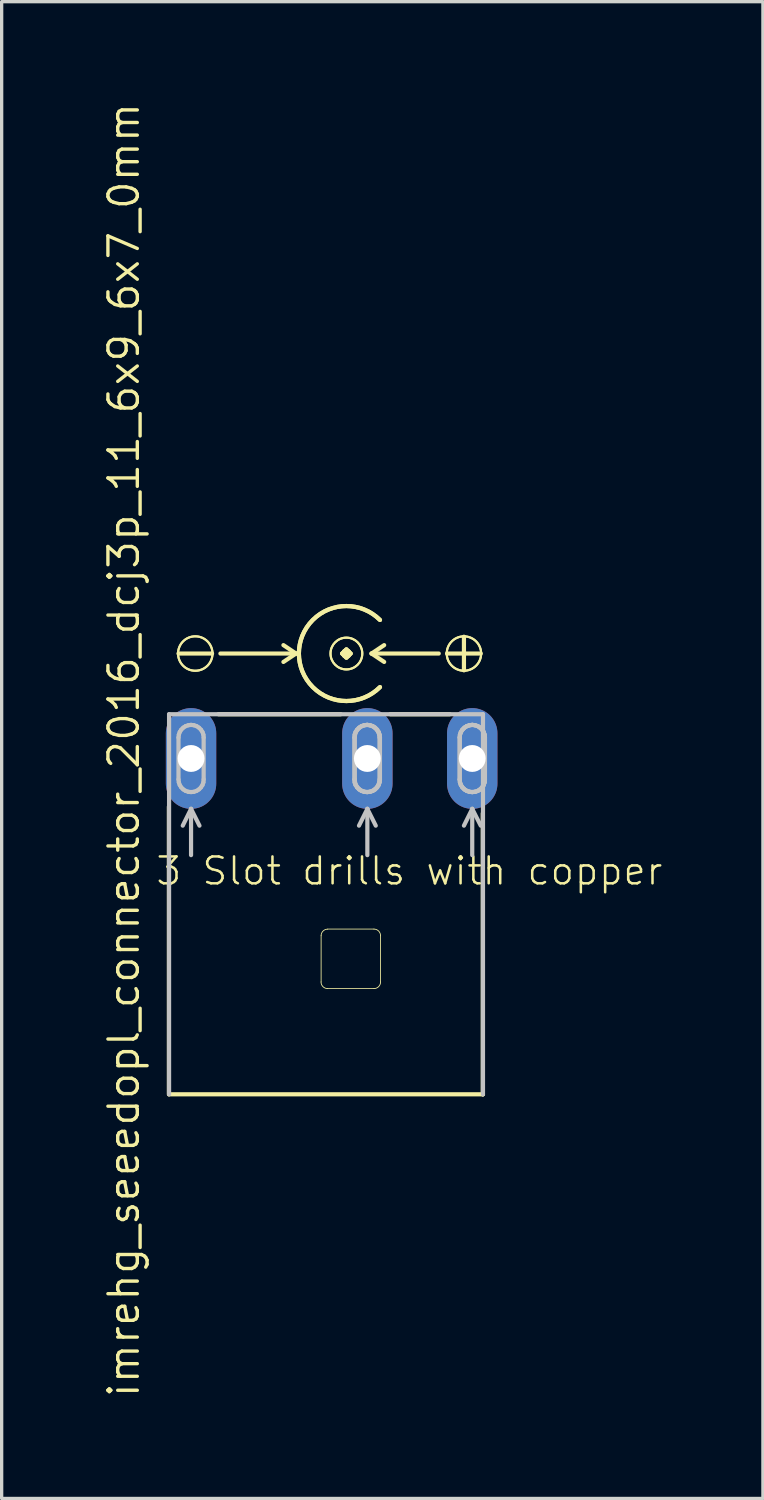
<source format=kicad_pcb>
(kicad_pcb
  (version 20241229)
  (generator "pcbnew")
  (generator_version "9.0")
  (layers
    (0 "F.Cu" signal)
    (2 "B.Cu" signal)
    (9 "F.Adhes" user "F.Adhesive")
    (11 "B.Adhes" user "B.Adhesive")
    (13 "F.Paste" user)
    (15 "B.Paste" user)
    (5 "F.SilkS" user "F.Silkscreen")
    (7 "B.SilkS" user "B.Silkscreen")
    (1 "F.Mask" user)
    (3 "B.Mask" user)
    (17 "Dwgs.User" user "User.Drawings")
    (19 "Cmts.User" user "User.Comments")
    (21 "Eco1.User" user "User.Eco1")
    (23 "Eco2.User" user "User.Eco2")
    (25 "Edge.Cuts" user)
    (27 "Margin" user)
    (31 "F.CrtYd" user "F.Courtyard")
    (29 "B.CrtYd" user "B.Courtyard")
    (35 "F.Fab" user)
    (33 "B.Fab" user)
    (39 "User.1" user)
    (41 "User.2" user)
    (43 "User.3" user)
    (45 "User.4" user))
  (footprint "imrehg_seeedopl_connector_2016_dcj3p_11_6x9_6x7_0mm"
    (layer "F.Cu")
    (at 6.858 30.057)
    (property "Reference" "imrehg_seeedopl_connector_2016_dcj3p_11_6x9_6x7_0mm" (at -6.16 -10.414 90) (layer "F.SilkS") (effects (font (size 0.889 0.889) (thickness 0.102))))
    (attr exclude_from_pos_files exclude_from_bom)
    (fp_line (start -4.798 0) (end -4.798 -8.7) (stroke (width 0.127) (type solid)) (layer "F.SilkS"))
    (fp_line (start -4.793 -11.499) (end 4.704 -11.499) (stroke (width 0.066) (type solid)) (layer "F.SilkS"))
    (fp_line (start -4.793 0) (end -4.793 -11.499) (stroke (width 0.066) (type solid)) (layer "F.SilkS"))
    (fp_line (start -4.793 0) (end 4.704 0) (stroke (width 0.066) (type solid)) (layer "F.SilkS"))
    (fp_line (start -3.493 -13.335) (end -4.508 -13.335) (stroke (width 0.127) (type solid)) (layer "F.SilkS"))
    (fp_line (start -3.299 -11.499) (end 0.399 -11.499) (stroke (width 0.127) (type solid)) (layer "F.SilkS"))
    (fp_line (start -0.953 -13.335) (end -3.239 -13.335) (stroke (width 0.127) (type solid)) (layer "F.SilkS"))
    (fp_line (start -0.953 -13.335) (end -1.333 -13.589) (stroke (width 0.127) (type solid)) (layer "F.SilkS"))
    (fp_line (start -0.953 -13.335) (end -1.333 -13.081) (stroke (width 0.127) (type solid)) (layer "F.SilkS"))
    (fp_line (start -0.193 -3.399) (end -0.193 -4.798) (stroke (width 0.025) (type solid)) (layer "F.SilkS"))
    (fp_line (start 0.005 -4.999) (end 1.405 -4.999) (stroke (width 0.025) (type solid)) (layer "F.SilkS"))
    (fp_line (start 0.445 -13.335) (end 0.572 -13.208) (stroke (width 0.127) (type solid)) (layer "F.SilkS"))
    (fp_line (start 0.572 -13.462) (end 0.445 -13.335) (stroke (width 0.127) (type solid)) (layer "F.SilkS"))
    (fp_line (start 0.572 -13.208) (end 0.699 -13.335) (stroke (width 0.127) (type solid)) (layer "F.SilkS"))
    (fp_line (start 0.699 -13.335) (end 0.445 -13.335) (stroke (width 0.127) (type solid)) (layer "F.SilkS"))
    (fp_line (start 0.699 -13.335) (end 0.572 -13.462) (stroke (width 0.127) (type solid)) (layer "F.SilkS"))
    (fp_line (start 1.333 -13.335) (end 1.714 -13.589) (stroke (width 0.127) (type solid)) (layer "F.SilkS"))
    (fp_line (start 1.333 -13.335) (end 1.714 -13.081) (stroke (width 0.127) (type solid)) (layer "F.SilkS"))
    (fp_line (start 1.333 -13.335) (end 3.365 -13.335) (stroke (width 0.127) (type solid)) (layer "F.SilkS"))
    (fp_line (start 1.405 -3.198) (end 0.005 -3.198) (stroke (width 0.025) (type solid)) (layer "F.SilkS"))
    (fp_line (start 1.605 -4.798) (end 1.605 -3.399) (stroke (width 0.025) (type solid)) (layer "F.SilkS"))
    (fp_line (start 1.9 -11.499) (end 3.698 -11.499) (stroke (width 0.127) (type solid)) (layer "F.SilkS"))
    (fp_line (start 4.128 -12.827) (end 4.128 -13.843) (stroke (width 0.127) (type solid)) (layer "F.SilkS"))
    (fp_line (start 4.636 -13.335) (end 3.617 -13.335) (stroke (width 0.127) (type solid)) (layer "F.SilkS"))
    (fp_line (start 4.699 -8.499) (end 4.699 0) (stroke (width 0.127) (type solid)) (layer "F.SilkS"))
    (fp_line (start 4.699 0) (end -4.793 0) (stroke (width 0.127) (type solid)) (layer "F.SilkS"))
    (fp_line (start 4.704 0) (end 4.699 0) (stroke (width 0.127) (type solid)) (layer "F.SilkS"))
    (fp_line (start 4.704 0) (end 4.704 -11.499) (stroke (width 0.066) (type solid)) (layer "F.SilkS"))
    (fp_arc (start -0.19304 -4.79806) (mid -0.135012 -4.938152) (end 0.00508 -4.99618) (stroke (width 0.0254) (type solid)) (layer "F.SilkS"))
    (fp_arc (start 0.00508 -3.19786) (mid -0.136808 -3.256632) (end -0.19558 -3.39852) (stroke (width 0.0254) (type solid)) (layer "F.SilkS"))
    (fp_arc (start 1.40462 -4.99872) (mid 1.546508 -4.939948) (end 1.60528 -4.79806) (stroke (width 0.0254) (type solid)) (layer "F.SilkS"))
    (fp_arc (start 1.5875 -12.319) (mid -0.865341 -13.335) (end 1.5875 -14.351) (stroke (width 0.127) (type solid)) (layer "F.SilkS"))
    (fp_arc (start 1.5875 -12.319) (mid -0.865341 -13.335) (end 1.5875 -14.351) (stroke (width 0.127) (type solid)) (layer "F.SilkS"))
    (fp_arc (start 1.60528 -3.39852) (mid 1.546508 -3.256632) (end 1.40462 -3.19786) (stroke (width 0.0254) (type solid)) (layer "F.SilkS"))
    (fp_circle (center -4 -13.335) (end -4.369 -13.703) (stroke (width 0.064) (type solid)) (fill no) (layer "F.SilkS"))
    (fp_circle (center -4 -13.335) (end -4.369 -13.703) (stroke (width 0.064) (type solid)) (fill no) (layer "F.SilkS"))
    (fp_circle (center 0.572 -13.335) (end 0.66 -13.424) (stroke (width 0.064) (type solid)) (fill no) (layer "F.SilkS"))
    (fp_circle (center 0.572 -13.335) (end 0.66 -13.424) (stroke (width 0.064) (type solid)) (fill no) (layer "F.SilkS"))
    (fp_circle (center 0.572 -13.335) (end 0.912 -13.675) (stroke (width 0.064) (type solid)) (fill no) (layer "F.SilkS"))
    (fp_circle (center 0.572 -13.335) (end 0.912 -13.675) (stroke (width 0.064) (type solid)) (fill no) (layer "F.SilkS"))
    (fp_circle (center 4.128 -13.335) (end 4.496 -13.703) (stroke (width 0.064) (type solid)) (fill no) (layer "F.SilkS"))
    (fp_circle (center 4.128 -13.335) (end 4.496 -13.703) (stroke (width 0.064) (type solid)) (fill no) (layer "F.SilkS"))
    (fp_line (start -4.793 -11.499) (end 4.704 -11.499) (stroke (width 0.127) (type solid)) (layer "Dwgs.User"))
    (fp_line (start -4.793 0) (end -4.793 -11.499) (stroke (width 0.127) (type solid)) (layer "Dwgs.User"))
    (fp_line (start -4.508 -10.795) (end -4.498 -10.879) (stroke (width 0.127) (type solid)) (layer "Dwgs.User"))
    (fp_line (start -4.508 -9.525) (end -4.508 -10.795) (stroke (width 0.127) (type solid)) (layer "Dwgs.User"))
    (fp_line (start -4.498 -10.879) (end -4.47 -10.96) (stroke (width 0.127) (type solid)) (layer "Dwgs.User"))
    (fp_line (start -4.498 -9.439) (end -4.508 -9.525) (stroke (width 0.127) (type solid)) (layer "Dwgs.User"))
    (fp_line (start -4.47 -10.96) (end -4.425 -11.031) (stroke (width 0.127) (type solid)) (layer "Dwgs.User"))
    (fp_line (start -4.47 -9.357) (end -4.498 -9.439) (stroke (width 0.127) (type solid)) (layer "Dwgs.User"))
    (fp_line (start -4.425 -11.031) (end -4.364 -11.092) (stroke (width 0.127) (type solid)) (layer "Dwgs.User"))
    (fp_line (start -4.425 -9.286) (end -4.47 -9.357) (stroke (width 0.127) (type solid)) (layer "Dwgs.User"))
    (fp_line (start -4.379 -8.128) (end -4.128 -8.636) (stroke (width 0.127) (type solid)) (layer "Dwgs.User"))
    (fp_line (start -4.364 -11.092) (end -4.293 -11.138) (stroke (width 0.127) (type solid)) (layer "Dwgs.User"))
    (fp_line (start -4.364 -9.225) (end -4.425 -9.286) (stroke (width 0.127) (type solid)) (layer "Dwgs.User"))
    (fp_line (start -4.293 -11.138) (end -4.211 -11.166) (stroke (width 0.127) (type solid)) (layer "Dwgs.User"))
    (fp_line (start -4.293 -9.18) (end -4.364 -9.225) (stroke (width 0.127) (type solid)) (layer "Dwgs.User"))
    (fp_line (start -4.211 -11.166) (end -4.128 -11.176) (stroke (width 0.127) (type solid)) (layer "Dwgs.User"))
    (fp_line (start -4.211 -9.152) (end -4.293 -9.18) (stroke (width 0.127) (type solid)) (layer "Dwgs.User"))
    (fp_line (start -4.128 -11.176) (end -4.041 -11.166) (stroke (width 0.127) (type solid)) (layer "Dwgs.User"))
    (fp_line (start -4.128 -9.144) (end -4.211 -9.152) (stroke (width 0.127) (type solid)) (layer "Dwgs.User"))
    (fp_line (start -4.128 -8.636) (end -3.873 -8.128) (stroke (width 0.127) (type solid)) (layer "Dwgs.User"))
    (fp_line (start -4.128 -7.236) (end -4.128 -8.636) (stroke (width 0.127) (type solid)) (layer "Dwgs.User"))
    (fp_line (start -4.041 -11.166) (end -3.96 -11.138) (stroke (width 0.127) (type solid)) (layer "Dwgs.User"))
    (fp_line (start -4.041 -9.152) (end -4.128 -9.144) (stroke (width 0.127) (type solid)) (layer "Dwgs.User"))
    (fp_line (start -3.96 -11.138) (end -3.889 -11.092) (stroke (width 0.127) (type solid)) (layer "Dwgs.User"))
    (fp_line (start -3.96 -9.18) (end -4.041 -9.152) (stroke (width 0.127) (type solid)) (layer "Dwgs.User"))
    (fp_line (start -3.889 -11.092) (end -3.828 -11.031) (stroke (width 0.127) (type solid)) (layer "Dwgs.User"))
    (fp_line (start -3.889 -9.225) (end -3.96 -9.18) (stroke (width 0.127) (type solid)) (layer "Dwgs.User"))
    (fp_line (start -3.828 -11.031) (end -3.782 -10.96) (stroke (width 0.127) (type solid)) (layer "Dwgs.User"))
    (fp_line (start -3.828 -9.286) (end -3.889 -9.225) (stroke (width 0.127) (type solid)) (layer "Dwgs.User"))
    (fp_line (start -3.782 -10.96) (end -3.754 -10.879) (stroke (width 0.127) (type solid)) (layer "Dwgs.User"))
    (fp_line (start -3.782 -9.357) (end -3.828 -9.286) (stroke (width 0.127) (type solid)) (layer "Dwgs.User"))
    (fp_line (start -3.754 -10.879) (end -3.747 -10.795) (stroke (width 0.127) (type solid)) (layer "Dwgs.User"))
    (fp_line (start -3.754 -9.439) (end -3.782 -9.357) (stroke (width 0.127) (type solid)) (layer "Dwgs.User"))
    (fp_line (start -3.747 -10.795) (end -3.747 -9.525) (stroke (width 0.127) (type solid)) (layer "Dwgs.User"))
    (fp_line (start -3.747 -9.525) (end -3.754 -9.439) (stroke (width 0.127) (type solid)) (layer "Dwgs.User"))
    (fp_line (start 0.813 -10.795) (end 0.82 -10.879) (stroke (width 0.127) (type solid)) (layer "Dwgs.User"))
    (fp_line (start 0.813 -9.525) (end 0.813 -10.795) (stroke (width 0.127) (type solid)) (layer "Dwgs.User"))
    (fp_line (start 0.82 -10.879) (end 0.848 -10.96) (stroke (width 0.127) (type solid)) (layer "Dwgs.User"))
    (fp_line (start 0.82 -9.439) (end 0.813 -9.525) (stroke (width 0.127) (type solid)) (layer "Dwgs.User"))
    (fp_line (start 0.826 -10.795) (end 0.833 -10.879) (stroke (width 0.127) (type solid)) (layer "Dwgs.User"))
    (fp_line (start 0.826 -9.525) (end 0.826 -10.795) (stroke (width 0.127) (type solid)) (layer "Dwgs.User"))
    (fp_line (start 0.833 -10.879) (end 0.861 -10.96) (stroke (width 0.127) (type solid)) (layer "Dwgs.User"))
    (fp_line (start 0.833 -9.439) (end 0.826 -9.525) (stroke (width 0.127) (type solid)) (layer "Dwgs.User"))
    (fp_line (start 0.848 -10.96) (end 0.894 -11.031) (stroke (width 0.127) (type solid)) (layer "Dwgs.User"))
    (fp_line (start 0.848 -9.357) (end 0.82 -9.439) (stroke (width 0.127) (type solid)) (layer "Dwgs.User"))
    (fp_line (start 0.861 -10.96) (end 0.907 -11.031) (stroke (width 0.127) (type solid)) (layer "Dwgs.User"))
    (fp_line (start 0.861 -9.357) (end 0.833 -9.439) (stroke (width 0.127) (type solid)) (layer "Dwgs.User"))
    (fp_line (start 0.894 -11.031) (end 0.955 -11.092) (stroke (width 0.127) (type solid)) (layer "Dwgs.User"))
    (fp_line (start 0.894 -9.286) (end 0.848 -9.357) (stroke (width 0.127) (type solid)) (layer "Dwgs.User"))
    (fp_line (start 0.907 -11.031) (end 0.968 -11.092) (stroke (width 0.127) (type solid)) (layer "Dwgs.User"))
    (fp_line (start 0.907 -9.286) (end 0.861 -9.357) (stroke (width 0.127) (type solid)) (layer "Dwgs.User"))
    (fp_line (start 0.953 -8.128) (end 1.206 -8.636) (stroke (width 0.127) (type solid)) (layer "Dwgs.User"))
    (fp_line (start 0.955 -11.092) (end 1.026 -11.138) (stroke (width 0.127) (type solid)) (layer "Dwgs.User"))
    (fp_line (start 0.955 -9.225) (end 0.894 -9.286) (stroke (width 0.127) (type solid)) (layer "Dwgs.User"))
    (fp_line (start 0.968 -11.092) (end 1.039 -11.138) (stroke (width 0.127) (type solid)) (layer "Dwgs.User"))
    (fp_line (start 0.968 -9.225) (end 0.907 -9.286) (stroke (width 0.127) (type solid)) (layer "Dwgs.User"))
    (fp_line (start 1.026 -11.138) (end 1.107 -11.166) (stroke (width 0.127) (type solid)) (layer "Dwgs.User"))
    (fp_line (start 1.026 -9.18) (end 0.955 -9.225) (stroke (width 0.127) (type solid)) (layer "Dwgs.User"))
    (fp_line (start 1.039 -11.138) (end 1.12 -11.166) (stroke (width 0.127) (type solid)) (layer "Dwgs.User"))
    (fp_line (start 1.039 -9.18) (end 0.968 -9.225) (stroke (width 0.127) (type solid)) (layer "Dwgs.User"))
    (fp_line (start 1.107 -11.166) (end 1.194 -11.176) (stroke (width 0.127) (type solid)) (layer "Dwgs.User"))
    (fp_line (start 1.107 -9.152) (end 1.026 -9.18) (stroke (width 0.127) (type solid)) (layer "Dwgs.User"))
    (fp_line (start 1.12 -11.166) (end 1.206 -11.176) (stroke (width 0.127) (type solid)) (layer "Dwgs.User"))
    (fp_line (start 1.12 -9.152) (end 1.039 -9.18) (stroke (width 0.127) (type solid)) (layer "Dwgs.User"))
    (fp_line (start 1.194 -11.176) (end 1.278 -11.166) (stroke (width 0.127) (type solid)) (layer "Dwgs.User"))
    (fp_line (start 1.194 -9.144) (end 1.107 -9.152) (stroke (width 0.127) (type solid)) (layer "Dwgs.User"))
    (fp_line (start 1.206 -11.176) (end 1.29 -11.166) (stroke (width 0.127) (type solid)) (layer "Dwgs.User"))
    (fp_line (start 1.206 -9.144) (end 1.12 -9.152) (stroke (width 0.127) (type solid)) (layer "Dwgs.User"))
    (fp_line (start 1.206 -8.636) (end 1.46 -8.128) (stroke (width 0.127) (type solid)) (layer "Dwgs.User"))
    (fp_line (start 1.206 -7.236) (end 1.206 -8.636) (stroke (width 0.127) (type solid)) (layer "Dwgs.User"))
    (fp_line (start 1.278 -11.166) (end 1.359 -11.138) (stroke (width 0.127) (type solid)) (layer "Dwgs.User"))
    (fp_line (start 1.278 -9.152) (end 1.194 -9.144) (stroke (width 0.127) (type solid)) (layer "Dwgs.User"))
    (fp_line (start 1.29 -11.166) (end 1.372 -11.138) (stroke (width 0.127) (type solid)) (layer "Dwgs.User"))
    (fp_line (start 1.29 -9.152) (end 1.206 -9.144) (stroke (width 0.127) (type solid)) (layer "Dwgs.User"))
    (fp_line (start 1.359 -11.138) (end 1.43 -11.092) (stroke (width 0.127) (type solid)) (layer "Dwgs.User"))
    (fp_line (start 1.359 -9.18) (end 1.278 -9.152) (stroke (width 0.127) (type solid)) (layer "Dwgs.User"))
    (fp_line (start 1.372 -11.138) (end 1.443 -11.092) (stroke (width 0.127) (type solid)) (layer "Dwgs.User"))
    (fp_line (start 1.372 -9.18) (end 1.29 -9.152) (stroke (width 0.127) (type solid)) (layer "Dwgs.User"))
    (fp_line (start 1.43 -11.092) (end 1.491 -11.031) (stroke (width 0.127) (type solid)) (layer "Dwgs.User"))
    (fp_line (start 1.43 -9.225) (end 1.359 -9.18) (stroke (width 0.127) (type solid)) (layer "Dwgs.User"))
    (fp_line (start 1.443 -11.092) (end 1.504 -11.031) (stroke (width 0.127) (type solid)) (layer "Dwgs.User"))
    (fp_line (start 1.443 -9.225) (end 1.372 -9.18) (stroke (width 0.127) (type solid)) (layer "Dwgs.User"))
    (fp_line (start 1.491 -11.031) (end 1.537 -10.96) (stroke (width 0.127) (type solid)) (layer "Dwgs.User"))
    (fp_line (start 1.491 -9.286) (end 1.43 -9.225) (stroke (width 0.127) (type solid)) (layer "Dwgs.User"))
    (fp_line (start 1.504 -11.031) (end 1.549 -10.96) (stroke (width 0.127) (type solid)) (layer "Dwgs.User"))
    (fp_line (start 1.504 -9.286) (end 1.443 -9.225) (stroke (width 0.127) (type solid)) (layer "Dwgs.User"))
    (fp_line (start 1.537 -10.96) (end 1.565 -10.879) (stroke (width 0.127) (type solid)) (layer "Dwgs.User"))
    (fp_line (start 1.537 -9.357) (end 1.491 -9.286) (stroke (width 0.127) (type solid)) (layer "Dwgs.User"))
    (fp_line (start 1.549 -10.96) (end 1.577 -10.879) (stroke (width 0.127) (type solid)) (layer "Dwgs.User"))
    (fp_line (start 1.549 -9.357) (end 1.504 -9.286) (stroke (width 0.127) (type solid)) (layer "Dwgs.User"))
    (fp_line (start 1.565 -10.879) (end 1.575 -10.795) (stroke (width 0.127) (type solid)) (layer "Dwgs.User"))
    (fp_line (start 1.565 -9.439) (end 1.537 -9.357) (stroke (width 0.127) (type solid)) (layer "Dwgs.User"))
    (fp_line (start 1.575 -10.795) (end 1.575 -9.525) (stroke (width 0.127) (type solid)) (layer "Dwgs.User"))
    (fp_line (start 1.575 -9.525) (end 1.565 -9.439) (stroke (width 0.127) (type solid)) (layer "Dwgs.User"))
    (fp_line (start 1.577 -10.879) (end 1.587 -10.795) (stroke (width 0.127) (type solid)) (layer "Dwgs.User"))
    (fp_line (start 1.577 -9.439) (end 1.549 -9.357) (stroke (width 0.127) (type solid)) (layer "Dwgs.User"))
    (fp_line (start 1.587 -10.795) (end 1.587 -9.525) (stroke (width 0.127) (type solid)) (layer "Dwgs.User"))
    (fp_line (start 1.587 -9.525) (end 1.577 -9.439) (stroke (width 0.127) (type solid)) (layer "Dwgs.User"))
    (fp_line (start 4 -10.795) (end 4.008 -10.879) (stroke (width 0.127) (type solid)) (layer "Dwgs.User"))
    (fp_line (start 4 -10.795) (end 4.008 -10.879) (stroke (width 0.127) (type solid)) (layer "Dwgs.User"))
    (fp_line (start 4 -9.525) (end 4 -10.795) (stroke (width 0.127) (type solid)) (layer "Dwgs.User"))
    (fp_line (start 4 -9.525) (end 4 -10.795) (stroke (width 0.127) (type solid)) (layer "Dwgs.User"))
    (fp_line (start 4.008 -10.879) (end 4.036 -10.96) (stroke (width 0.127) (type solid)) (layer "Dwgs.User"))
    (fp_line (start 4.008 -10.879) (end 4.036 -10.96) (stroke (width 0.127) (type solid)) (layer "Dwgs.User"))
    (fp_line (start 4.008 -9.439) (end 4 -9.525) (stroke (width 0.127) (type solid)) (layer "Dwgs.User"))
    (fp_line (start 4.008 -9.439) (end 4 -9.525) (stroke (width 0.127) (type solid)) (layer "Dwgs.User"))
    (fp_line (start 4.036 -10.96) (end 4.082 -11.031) (stroke (width 0.127) (type solid)) (layer "Dwgs.User"))
    (fp_line (start 4.036 -10.96) (end 4.082 -11.031) (stroke (width 0.127) (type solid)) (layer "Dwgs.User"))
    (fp_line (start 4.036 -9.357) (end 4.008 -9.439) (stroke (width 0.127) (type solid)) (layer "Dwgs.User"))
    (fp_line (start 4.036 -9.357) (end 4.008 -9.439) (stroke (width 0.127) (type solid)) (layer "Dwgs.User"))
    (fp_line (start 4.082 -11.031) (end 4.143 -11.092) (stroke (width 0.127) (type solid)) (layer "Dwgs.User"))
    (fp_line (start 4.082 -11.031) (end 4.143 -11.092) (stroke (width 0.127) (type solid)) (layer "Dwgs.User"))
    (fp_line (start 4.082 -9.286) (end 4.036 -9.357) (stroke (width 0.127) (type solid)) (layer "Dwgs.User"))
    (fp_line (start 4.082 -9.286) (end 4.036 -9.357) (stroke (width 0.127) (type solid)) (layer "Dwgs.User"))
    (fp_line (start 4.128 -8.128) (end 4.379 -8.636) (stroke (width 0.127) (type solid)) (layer "Dwgs.User"))
    (fp_line (start 4.143 -11.092) (end 4.214 -11.138) (stroke (width 0.127) (type solid)) (layer "Dwgs.User"))
    (fp_line (start 4.143 -11.092) (end 4.214 -11.138) (stroke (width 0.127) (type solid)) (layer "Dwgs.User"))
    (fp_line (start 4.143 -9.225) (end 4.082 -9.286) (stroke (width 0.127) (type solid)) (layer "Dwgs.User"))
    (fp_line (start 4.143 -9.225) (end 4.082 -9.286) (stroke (width 0.127) (type solid)) (layer "Dwgs.User"))
    (fp_line (start 4.214 -11.138) (end 4.295 -11.166) (stroke (width 0.127) (type solid)) (layer "Dwgs.User"))
    (fp_line (start 4.214 -11.138) (end 4.295 -11.166) (stroke (width 0.127) (type solid)) (layer "Dwgs.User"))
    (fp_line (start 4.214 -9.18) (end 4.143 -9.225) (stroke (width 0.127) (type solid)) (layer "Dwgs.User"))
    (fp_line (start 4.214 -9.18) (end 4.143 -9.225) (stroke (width 0.127) (type solid)) (layer "Dwgs.User"))
    (fp_line (start 4.295 -11.166) (end 4.379 -11.176) (stroke (width 0.127) (type solid)) (layer "Dwgs.User"))
    (fp_line (start 4.295 -11.166) (end 4.379 -11.176) (stroke (width 0.127) (type solid)) (layer "Dwgs.User"))
    (fp_line (start 4.295 -9.152) (end 4.214 -9.18) (stroke (width 0.127) (type solid)) (layer "Dwgs.User"))
    (fp_line (start 4.295 -9.152) (end 4.214 -9.18) (stroke (width 0.127) (type solid)) (layer "Dwgs.User"))
    (fp_line (start 4.379 -11.176) (end 4.465 -11.166) (stroke (width 0.127) (type solid)) (layer "Dwgs.User"))
    (fp_line (start 4.379 -11.176) (end 4.465 -11.166) (stroke (width 0.127) (type solid)) (layer "Dwgs.User"))
    (fp_line (start 4.379 -9.144) (end 4.295 -9.152) (stroke (width 0.127) (type solid)) (layer "Dwgs.User"))
    (fp_line (start 4.379 -9.144) (end 4.295 -9.152) (stroke (width 0.127) (type solid)) (layer "Dwgs.User"))
    (fp_line (start 4.379 -8.636) (end 4.636 -8.128) (stroke (width 0.127) (type solid)) (layer "Dwgs.User"))
    (fp_line (start 4.379 -7.236) (end 4.379 -8.636) (stroke (width 0.127) (type solid)) (layer "Dwgs.User"))
    (fp_line (start 4.465 -11.166) (end 4.547 -11.138) (stroke (width 0.127) (type solid)) (layer "Dwgs.User"))
    (fp_line (start 4.465 -11.166) (end 4.547 -11.138) (stroke (width 0.127) (type solid)) (layer "Dwgs.User"))
    (fp_line (start 4.465 -9.152) (end 4.379 -9.144) (stroke (width 0.127) (type solid)) (layer "Dwgs.User"))
    (fp_line (start 4.465 -9.152) (end 4.379 -9.144) (stroke (width 0.127) (type solid)) (layer "Dwgs.User"))
    (fp_line (start 4.547 -11.138) (end 4.618 -11.092) (stroke (width 0.127) (type solid)) (layer "Dwgs.User"))
    (fp_line (start 4.547 -11.138) (end 4.618 -11.092) (stroke (width 0.127) (type solid)) (layer "Dwgs.User"))
    (fp_line (start 4.547 -9.18) (end 4.465 -9.152) (stroke (width 0.127) (type solid)) (layer "Dwgs.User"))
    (fp_line (start 4.547 -9.18) (end 4.465 -9.152) (stroke (width 0.127) (type solid)) (layer "Dwgs.User"))
    (fp_line (start 4.618 -11.092) (end 4.679 -11.031) (stroke (width 0.127) (type solid)) (layer "Dwgs.User"))
    (fp_line (start 4.618 -11.092) (end 4.679 -11.031) (stroke (width 0.127) (type solid)) (layer "Dwgs.User"))
    (fp_line (start 4.618 -9.225) (end 4.547 -9.18) (stroke (width 0.127) (type solid)) (layer "Dwgs.User"))
    (fp_line (start 4.618 -9.225) (end 4.547 -9.18) (stroke (width 0.127) (type solid)) (layer "Dwgs.User"))
    (fp_line (start 4.679 -11.031) (end 4.724 -10.96) (stroke (width 0.127) (type solid)) (layer "Dwgs.User"))
    (fp_line (start 4.679 -11.031) (end 4.724 -10.96) (stroke (width 0.127) (type solid)) (layer "Dwgs.User"))
    (fp_line (start 4.679 -9.286) (end 4.618 -9.225) (stroke (width 0.127) (type solid)) (layer "Dwgs.User"))
    (fp_line (start 4.679 -9.286) (end 4.618 -9.225) (stroke (width 0.127) (type solid)) (layer "Dwgs.User"))
    (fp_line (start 4.704 -11.499) (end 4.704 0) (stroke (width 0.127) (type solid)) (layer "Dwgs.User"))
    (fp_line (start 4.724 -10.96) (end 4.752 -10.879) (stroke (width 0.127) (type solid)) (layer "Dwgs.User"))
    (fp_line (start 4.724 -10.96) (end 4.752 -10.879) (stroke (width 0.127) (type solid)) (layer "Dwgs.User"))
    (fp_line (start 4.724 -9.357) (end 4.679 -9.286) (stroke (width 0.127) (type solid)) (layer "Dwgs.User"))
    (fp_line (start 4.724 -9.357) (end 4.679 -9.286) (stroke (width 0.127) (type solid)) (layer "Dwgs.User"))
    (fp_line (start 4.752 -10.879) (end 4.763 -10.795) (stroke (width 0.127) (type solid)) (layer "Dwgs.User"))
    (fp_line (start 4.752 -10.879) (end 4.763 -10.795) (stroke (width 0.127) (type solid)) (layer "Dwgs.User"))
    (fp_line (start 4.752 -9.439) (end 4.724 -9.357) (stroke (width 0.127) (type solid)) (layer "Dwgs.User"))
    (fp_line (start 4.752 -9.439) (end 4.724 -9.357) (stroke (width 0.127) (type solid)) (layer "Dwgs.User"))
    (fp_line (start 4.763 -10.795) (end 4.763 -9.525) (stroke (width 0.127) (type solid)) (layer "Dwgs.User"))
    (fp_line (start 4.763 -10.795) (end 4.763 -9.525) (stroke (width 0.127) (type solid)) (layer "Dwgs.User"))
    (fp_line (start 4.763 -9.525) (end 4.752 -9.439) (stroke (width 0.127) (type solid)) (layer "Dwgs.User"))
    (fp_line (start 4.763 -9.525) (end 4.752 -9.439) (stroke (width 0.127) (type solid)) (layer "Dwgs.User"))
    (fp_text user "3 Slot drills with copper" (at 2.477 -6.756 0) (layer "F.SilkS") (effects (font (size 0.813 0.813) (thickness 0.076))))
    (pad "+" thru_hole oval (at 4.379 -10.16 180) (size 1.524 3.048) (drill 0.813) (layers "*.Cu" "*.Paste" "*.Mask"))
    (pad "-" thru_hole oval (at -4.128 -10.16 180) (size 1.524 3.048) (drill 0.813) (layers "*.Cu" "*.Paste" "*.Mask"))
    (pad "CDN" thru_hole oval (at 1.206 -10.16 180) (size 1.524 3.048) (drill 0.813) (layers "*.Cu" "*.Paste" "*.Mask")))
  (gr_rect
    (start -3 -3)
    (end 20.031 42.285)
    (stroke (width 0.1) (type default))
    (fill no)
    (layer "Edge.Cuts")))
</source>
